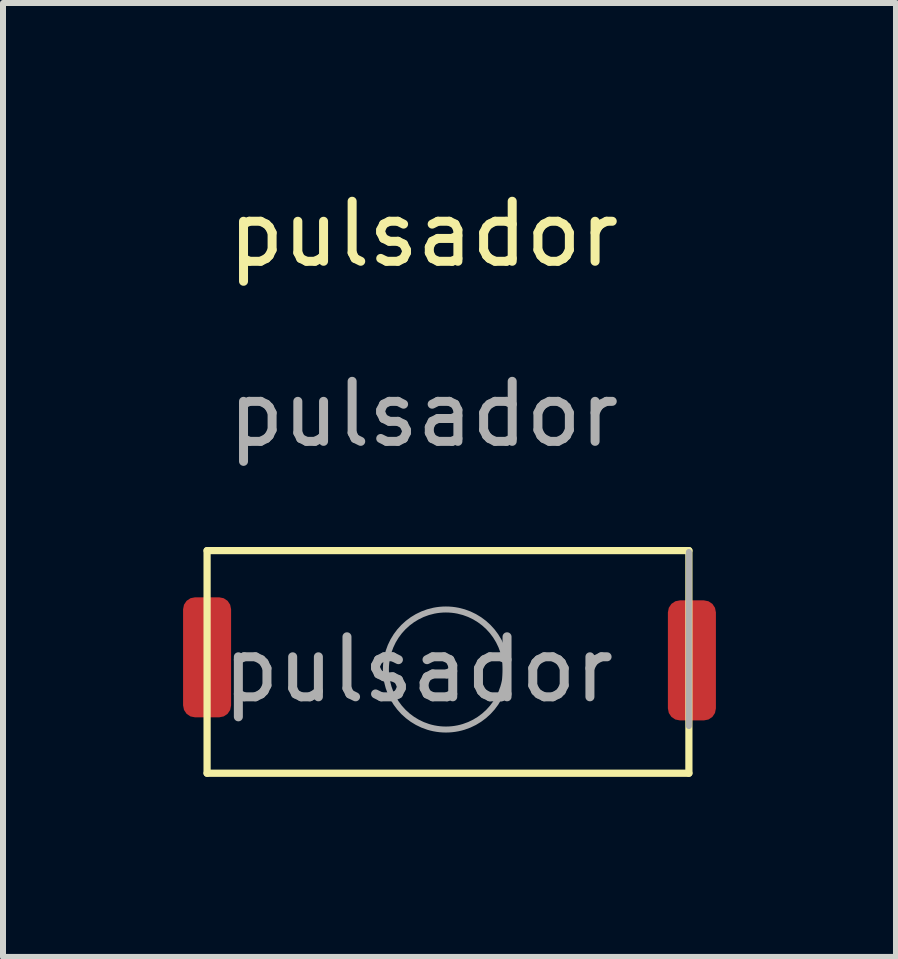
<source format=kicad_pcb>
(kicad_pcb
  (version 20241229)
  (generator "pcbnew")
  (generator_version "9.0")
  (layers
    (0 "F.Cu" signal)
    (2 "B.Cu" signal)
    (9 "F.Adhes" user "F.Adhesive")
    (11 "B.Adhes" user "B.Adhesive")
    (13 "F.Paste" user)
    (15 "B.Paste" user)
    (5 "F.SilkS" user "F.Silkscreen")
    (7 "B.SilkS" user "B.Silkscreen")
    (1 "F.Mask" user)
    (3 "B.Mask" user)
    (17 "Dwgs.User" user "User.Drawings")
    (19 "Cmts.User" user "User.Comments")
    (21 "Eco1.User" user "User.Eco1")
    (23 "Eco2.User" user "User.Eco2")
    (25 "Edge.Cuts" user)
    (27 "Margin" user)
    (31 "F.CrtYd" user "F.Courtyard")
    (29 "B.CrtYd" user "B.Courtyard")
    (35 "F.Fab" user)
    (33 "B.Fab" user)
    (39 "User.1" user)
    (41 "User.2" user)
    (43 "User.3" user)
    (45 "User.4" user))
  (footprint "pulsador"
    (layer "F.Cu")
    (at 4.007 1.348)
    (property "Reference" "pulsador" (at 0 -0.5 0) (unlocked yes) (layer "F.SilkS") (effects (font (size 1 1) (thickness 0.15))))
    (attr smd)
    (fp_line (start -3.607 4.775) (end -3.607 8.484) (stroke (width 0.12) (type solid)) (layer "F.SilkS"))
    (fp_line (start -3.607 4.775) (end 4.42 4.775) (stroke (width 0.12) (type solid)) (layer "F.SilkS"))
    (fp_line (start -3.607 8.484) (end 4.42 8.484) (stroke (width 0.12) (type solid)) (layer "F.SilkS"))
    (fp_line (start 4.42 8.484) (end 4.42 4.775) (stroke (width 0.12) (type solid)) (layer "F.SilkS"))
    (fp_line (start 4.42 4.798) (end 4.42 7.698) (stroke (width 0.1) (type solid)) (layer "F.Fab"))
    (fp_circle (center 0.372 6.756) (end 1.372 6.756) (stroke (width 0.1) (type solid)) (fill no) (layer "F.Fab"))
    (fp_text user "${REFERENCE}" (at -0.086 6.756 0) (layer "F.Fab") (effects (font (size 1 1) (thickness 0.15))))
    (fp_text user "${REFERENCE}" (at 0 2.5 0) (unlocked yes) (layer "F.Fab") (effects (font (size 1 1) (thickness 0.15))))
    (pad "1" smd roundrect (at -3.607 6.553) (size 0.8 2) (layers "F.Cu" "F.Mask" "F.Paste") (roundrect_rratio 0.25))
    (pad "2" smd roundrect (at 4.47 6.604) (size 0.8 2) (layers "F.Cu" "F.Mask" "F.Paste") (roundrect_rratio 0.25)))
  (gr_rect
    (start -3 -3)
    (end 11.877 12.892)
    (stroke (width 0.1) (type default))
    (fill no)
    (layer "Edge.Cuts")))
</source>
